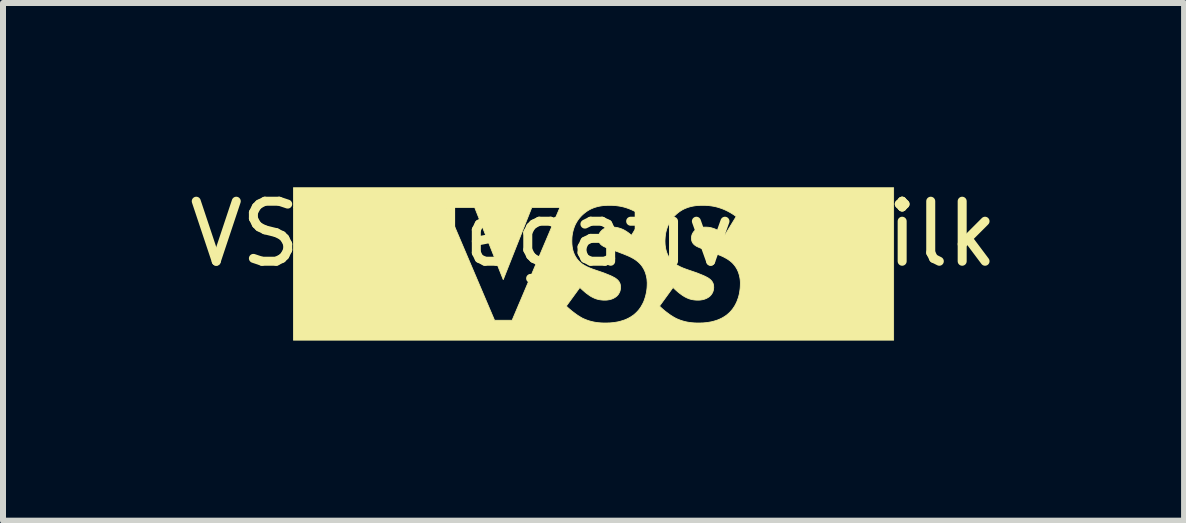
<source format=kicad_pcb>
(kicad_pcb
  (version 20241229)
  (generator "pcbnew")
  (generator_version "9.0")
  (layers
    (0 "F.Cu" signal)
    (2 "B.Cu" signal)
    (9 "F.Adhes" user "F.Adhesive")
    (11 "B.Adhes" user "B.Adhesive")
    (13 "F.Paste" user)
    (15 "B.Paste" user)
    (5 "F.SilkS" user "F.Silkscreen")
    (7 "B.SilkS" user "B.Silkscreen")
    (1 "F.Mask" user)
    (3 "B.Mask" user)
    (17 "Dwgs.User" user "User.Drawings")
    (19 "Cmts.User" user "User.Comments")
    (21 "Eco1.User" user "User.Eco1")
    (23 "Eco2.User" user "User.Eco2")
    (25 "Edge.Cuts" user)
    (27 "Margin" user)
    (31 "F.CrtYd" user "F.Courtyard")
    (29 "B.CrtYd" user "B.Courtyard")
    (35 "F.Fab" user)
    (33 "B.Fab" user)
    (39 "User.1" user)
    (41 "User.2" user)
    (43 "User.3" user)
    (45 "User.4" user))
  (footprint "VSS_Negative_Silk"
    (layer "F.Cu")
    (at 6.839 1.348)
    (property "Reference" "VSS_Negative_Silk" (at 0 -0.5 0) (unlocked yes) (layer "F.SilkS") (effects (font (size 1 1) (thickness 0.15))))
    (fp_poly (pts (xy 5.001 1.27) (xy -5 1.27) (xy -5 -0.942) (xy -2.449 -0.942) (xy -1.649 0.938) (xy -1.356 0.938) (xy -1.256 0.702) (xy -0.453 0.702) (xy -0.425 0.729) (xy -0.393 0.757) (xy -0.36 0.785) (xy -0.324 0.812) (xy -0.288 0.839) (xy -0.269 0.852) (xy -0.251 0.864) (xy -0.232 0.875) (xy -0.214 0.887) (xy -0.196 0.897) (xy -0.178 0.907) (xy -0.155 0.917) (xy -0.133 0.926) (xy -0.11 0.935) (xy -0.087 0.943) (xy -0.065 0.95) (xy -0.042 0.956) (xy -0.019 0.962) (xy 0.004 0.967) (xy 0.027 0.971) (xy 0.051 0.975) (xy 0.074 0.978) (xy 0.098 0.98) (xy 0.122 0.982) (xy 0.147 0.983) (xy 0.171 0.984) (xy 0.196 0.984) (xy 0.248 0.983) (xy 0.277 0.982) (xy 0.308 0.979) (xy 0.341 0.976) (xy 0.376 0.97) (xy 0.411 0.964) (xy 0.447 0.955) (xy 0.483 0.944) (xy 0.52 0.932) (xy 0.557 0.916) (xy 0.593 0.898) (xy 0.629 0.877) (xy 0.646 0.865) (xy 0.664 0.853) (xy 0.681 0.839) (xy 0.697 0.825) (xy 0.713 0.81) (xy 0.729 0.794) (xy 0.747 0.774) (xy 0.765 0.752) (xy 0.781 0.729) (xy 0.797 0.705) (xy 0.798 0.702) (xy 1.1 0.702) (xy 1.128 0.729) (xy 1.159 0.757) (xy 1.192 0.785) (xy 1.228 0.812) (xy 1.264 0.839) (xy 1.283 0.852) (xy 1.301 0.864) (xy 1.32 0.875) (xy 1.338 0.887) (xy 1.357 0.897) (xy 1.375 0.907) (xy 1.397 0.917) (xy 1.42 0.926) (xy 1.442 0.935) (xy 1.465 0.943) (xy 1.488 0.95) (xy 1.51 0.956) (xy 1.533 0.962) (xy 1.556 0.967) (xy 1.58 0.971) (xy 1.603 0.975) (xy 1.627 0.978) (xy 1.651 0.98) (xy 1.675 0.982) (xy 1.699 0.983) (xy 1.724 0.984) (xy 1.749 0.984) (xy 1.8 0.983) (xy 1.829 0.982) (xy 1.861 0.979) (xy 1.894 0.976) (xy 1.928 0.97) (xy 1.963 0.964) (xy 1.999 0.955) (xy 2.036 0.944) (xy 2.072 0.932) (xy 2.109 0.916) (xy 2.146 0.898) (xy 2.181 0.877) (xy 2.199 0.865) (xy 2.216 0.853) (xy 2.233 0.839) (xy 2.249 0.825) (xy 2.266 0.81) (xy 2.281 0.794) (xy 2.299 0.774) (xy 2.317 0.752) (xy 2.333 0.729) (xy 2.349 0.705) (xy 2.364 0.679) (xy 2.377 0.653) (xy 2.39 0.625) (xy 2.401 0.595) (xy 2.412 0.565) (xy 2.421 0.534) (xy 2.429 0.501) (xy 2.435 0.468) (xy 2.44 0.434) (xy 2.444 0.4) (xy 2.446 0.364) (xy 2.447 0.328) (xy 2.447 0.307) (xy 2.446 0.286) (xy 2.444 0.264) (xy 2.441 0.242) (xy 2.437 0.22) (xy 2.432 0.197) (xy 2.426 0.175) (xy 2.419 0.152) (xy 2.411 0.13) (xy 2.401 0.107) (xy 2.39 0.085) (xy 2.377 0.063) (xy 2.363 0.041) (xy 2.347 0.02) (xy 2.329 -0.001) (xy 2.31 -0.021) (xy 2.295 -0.034) (xy 2.281 -0.046) (xy 2.265 -0.058) (xy 2.249 -0.069) (xy 2.233 -0.08) (xy 2.217 -0.09) (xy 2.2 -0.099) (xy 2.183 -0.108) (xy 2.167 -0.117) (xy 2.15 -0.125) (xy 2.116 -0.14) (xy 2.083 -0.153) (xy 2.052 -0.166) (xy 1.911 -0.219) (xy 1.827 -0.249) (xy 1.792 -0.261) (xy 1.777 -0.267) (xy 1.762 -0.273) (xy 1.749 -0.279) (xy 1.736 -0.285) (xy 1.724 -0.29) (xy 1.713 -0.297) (xy 1.703 -0.303) (xy 1.693 -0.31) (xy 1.683 -0.317) (xy 1.675 -0.325) (xy 1.669 -0.33) (xy 1.665 -0.335) (xy 1.66 -0.341) (xy 1.656 -0.347) (xy 1.652 -0.352) (xy 1.649 -0.358) (xy 1.646 -0.365) (xy 1.643 -0.371) (xy 1.64 -0.377) (xy 1.638 -0.384) (xy 1.636 -0.391) (xy 1.635 -0.398) (xy 1.634 -0.406) (xy 1.633 -0.414) (xy 1.632 -0.422) (xy 1.632 -0.43) (xy 1.632 -0.44) (xy 1.633 -0.449) (xy 1.634 -0.457) (xy 1.636 -0.466) (xy 1.638 -0.474) (xy 1.64 -0.483) (xy 1.643 -0.491) (xy 1.646 -0.498) (xy 1.65 -0.506) (xy 1.654 -0.513) (xy 1.658 -0.52) (xy 1.662 -0.527) (xy 1.667 -0.533) (xy 1.671 -0.539) (xy 1.676 -0.545) (xy 1.682 -0.55) (xy 1.686 -0.555) (xy 1.691 -0.56) (xy 1.696 -0.565) (xy 1.701 -0.569) (xy 1.712 -0.577) (xy 1.723 -0.584) (xy 1.734 -0.59) (xy 1.746 -0.595) (xy 1.757 -0.6) (xy 1.769 -0.603) (xy 1.781 -0.606) (xy 1.794 -0.609) (xy 1.806 -0.61) (xy 1.818 -0.612) (xy 1.83 -0.613) (xy 1.842 -0.613) (xy 1.865 -0.614) (xy 1.889 -0.613) (xy 1.903 -0.612) (xy 1.919 -0.611) (xy 1.935 -0.608) (xy 1.953 -0.605) (xy 1.972 -0.6) (xy 1.992 -0.594) (xy 2.013 -0.587) (xy 2.035 -0.578) (xy 2.058 -0.567) (xy 2.081 -0.554) (xy 2.106 -0.539) (xy 2.131 -0.522) (xy 2.156 -0.502) (xy 2.183 -0.48) (xy 2.183 -0.473) (xy 2.377 -0.79) (xy 2.336 -0.82) (xy 2.295 -0.846) (xy 2.255 -0.869) (xy 2.216 -0.889) (xy 2.177 -0.907) (xy 2.139 -0.922) (xy 2.101 -0.935) (xy 2.065 -0.946) (xy 2.029 -0.955) (xy 1.995 -0.962) (xy 1.962 -0.967) (xy 1.931 -0.971) (xy 1.9 -0.974) (xy 1.872 -0.976) (xy 1.819 -0.977) (xy 1.786 -0.977) (xy 1.754 -0.975) (xy 1.722 -0.973) (xy 1.691 -0.969) (xy 1.66 -0.964) (xy 1.63 -0.958) (xy 1.6 -0.95) (xy 1.57 -0.941) (xy 1.542 -0.93) (xy 1.513 -0.918) (xy 1.485 -0.904) (xy 1.458 -0.888) (xy 1.431 -0.87) (xy 1.405 -0.85) (xy 1.379 -0.828) (xy 1.354 -0.804) (xy 1.333 -0.782) (xy 1.314 -0.76) (xy 1.297 -0.736) (xy 1.281 -0.712) (xy 1.266 -0.688) (xy 1.253 -0.663) (xy 1.241 -0.637) (xy 1.23 -0.611) (xy 1.221 -0.584) (xy 1.213 -0.557) (xy 1.206 -0.529) (xy 1.201 -0.501) (xy 1.197 -0.472) (xy 1.194 -0.442) (xy 1.192 -0.412) (xy 1.191 -0.381) (xy 1.192 -0.345) (xy 1.193 -0.326) (xy 1.195 -0.306) (xy 1.198 -0.286) (xy 1.201 -0.265) (xy 1.205 -0.244) (xy 1.211 -0.222) (xy 1.217 -0.201) (xy 1.225 -0.179) (xy 1.234 -0.157) (xy 1.245 -0.136) (xy 1.257 -0.115) (xy 1.271 -0.094) (xy 1.287 -0.073) (xy 1.304 -0.053) (xy 1.318 -0.039) (xy 1.332 -0.026) (xy 1.347 -0.013) (xy 1.362 -0.001) (xy 1.378 0.009) (xy 1.394 0.02) (xy 1.411 0.029) (xy 1.428 0.038) (xy 1.445 0.047) (xy 1.462 0.055) (xy 1.497 0.07) (xy 1.532 0.083) (xy 1.565 0.095) (xy 1.72 0.148) (xy 1.77 0.168) (xy 1.8 0.18) (xy 1.831 0.193) (xy 1.862 0.207) (xy 1.877 0.215) (xy 1.892 0.223) (xy 1.905 0.23) (xy 1.918 0.238) (xy 1.929 0.246) (xy 1.939 0.254) (xy 1.946 0.26) (xy 1.953 0.266) (xy 1.959 0.273) (xy 1.965 0.279) (xy 1.971 0.286) (xy 1.976 0.294) (xy 1.981 0.301) (xy 1.985 0.309) (xy 1.989 0.317) (xy 1.993 0.326) (xy 1.996 0.335) (xy 1.998 0.345) (xy 2 0.355) (xy 2.002 0.365) (xy 2.002 0.376) (xy 2.003 0.388) (xy 2.003 0.395) (xy 2.002 0.401) (xy 2.002 0.407) (xy 2.001 0.414) (xy 2 0.42) (xy 1.999 0.426) (xy 1.998 0.431) (xy 1.997 0.437) (xy 1.996 0.443) (xy 1.994 0.448) (xy 1.991 0.459) (xy 1.987 0.469) (xy 1.982 0.478) (xy 1.978 0.488) (xy 1.972 0.496) (xy 1.967 0.505) (xy 1.961 0.513) (xy 1.955 0.52) (xy 1.949 0.527) (xy 1.942 0.534) (xy 1.936 0.54) (xy 1.924 0.549) (xy 1.911 0.558) (xy 1.899 0.565) (xy 1.886 0.572) (xy 1.873 0.578) (xy 1.86 0.583) (xy 1.847 0.588) (xy 1.834 0.591) (xy 1.821 0.595) (xy 1.809 0.597) (xy 1.796 0.599) (xy 1.784 0.601) (xy 1.772 0.602) (xy 1.76 0.603) (xy 1.749 0.603) (xy 1.738 0.603) (xy 1.722 0.603) (xy 1.706 0.602) (xy 1.69 0.601) (xy 1.674 0.599) (xy 1.659 0.597) (xy 1.644 0.594) (xy 1.629 0.591) (xy 1.615 0.587) (xy 1.6 0.583) (xy 1.586 0.578) (xy 1.572 0.572) (xy 1.557 0.566) (xy 1.543 0.559) (xy 1.53 0.552) (xy 1.516 0.545) (xy 1.502 0.536) (xy 1.492 0.53) (xy 1.481 0.523) (xy 1.47 0.515) (xy 1.459 0.507) (xy 1.436 0.49) (xy 1.412 0.471) (xy 1.389 0.451) (xy 1.366 0.431) (xy 1.345 0.411) (xy 1.325 0.392) (xy 1.1 0.702) (xy 0.798 0.702) (xy 0.811 0.679) (xy 0.825 0.653) (xy 0.838 0.625) (xy 0.849 0.595) (xy 0.859 0.565) (xy 0.868 0.534) (xy 0.876 0.501) (xy 0.883 0.468) (xy 0.888 0.434) (xy 0.892 0.4) (xy 0.894 0.364) (xy 0.895 0.328) (xy 0.895 0.307) (xy 0.893 0.286) (xy 0.892 0.264) (xy 0.889 0.242) (xy 0.885 0.22) (xy 0.88 0.197) (xy 0.874 0.175) (xy 0.867 0.152) (xy 0.859 0.13) (xy 0.849 0.107) (xy 0.838 0.085) (xy 0.825 0.063) (xy 0.811 0.041) (xy 0.795 0.02) (xy 0.777 -0.001) (xy 0.757 -0.021) (xy 0.743 -0.034) (xy 0.728 -0.046) (xy 0.713 -0.058) (xy 0.697 -0.069) (xy 0.681 -0.08) (xy 0.665 -0.09) (xy 0.648 -0.099) (xy 0.631 -0.108) (xy 0.614 -0.117) (xy 0.597 -0.125) (xy 0.564 -0.14) (xy 0.531 -0.153) (xy 0.5 -0.166) (xy 0.359 -0.219) (xy 0.275 -0.249) (xy 0.24 -0.261) (xy 0.225 -0.267) (xy 0.21 -0.273) (xy 0.196 -0.279) (xy 0.184 -0.285) (xy 0.172 -0.29) (xy 0.161 -0.297) (xy 0.15 -0.303) (xy 0.14 -0.31) (xy 0.131 -0.317) (xy 0.122 -0.325) (xy 0.117 -0.33) (xy 0.112 -0.335) (xy 0.108 -0.341) (xy 0.104 -0.347) (xy 0.1 -0.352) (xy 0.097 -0.358) (xy 0.093 -0.365) (xy 0.091 -0.371) (xy 0.088 -0.377) (xy 0.086 -0.384) (xy 0.084 -0.391) (xy 0.083 -0.398) (xy 0.081 -0.406) (xy 0.081 -0.414) (xy 0.08 -0.422) (xy 0.08 -0.43) (xy 0.08 -0.44) (xy 0.081 -0.449) (xy 0.082 -0.457) (xy 0.084 -0.466) (xy 0.086 -0.474) (xy 0.088 -0.483) (xy 0.091 -0.491) (xy 0.094 -0.498) (xy 0.098 -0.506) (xy 0.101 -0.513) (xy 0.105 -0.52) (xy 0.11 -0.527) (xy 0.114 -0.533) (xy 0.119 -0.539) (xy 0.124 -0.545) (xy 0.129 -0.55) (xy 0.134 -0.555) (xy 0.139 -0.56) (xy 0.144 -0.565) (xy 0.149 -0.569) (xy 0.16 -0.577) (xy 0.17 -0.584) (xy 0.182 -0.59) (xy 0.193 -0.595) (xy 0.205 -0.6) (xy 0.217 -0.603) (xy 0.229 -0.606) (xy 0.241 -0.609) (xy 0.254 -0.61) (xy 0.266 -0.612) (xy 0.278 -0.613) (xy 0.29 -0.613) (xy 0.313 -0.614) (xy 0.337 -0.613) (xy 0.351 -0.612) (xy 0.366 -0.611) (xy 0.383 -0.608) (xy 0.401 -0.605) (xy 0.42 -0.6) (xy 0.44 -0.594) (xy 0.461 -0.587) (xy 0.483 -0.578) (xy 0.506 -0.567) (xy 0.529 -0.554) (xy 0.553 -0.539) (xy 0.578 -0.522) (xy 0.604 -0.502) (xy 0.63 -0.48) (xy 0.63 -0.473) (xy 0.824 -0.79) (xy 0.783 -0.82) (xy 0.743 -0.846) (xy 0.703 -0.869) (xy 0.663 -0.889) (xy 0.624 -0.907) (xy 0.586 -0.922) (xy 0.549 -0.935) (xy 0.513 -0.946) (xy 0.477 -0.955) (xy 0.443 -0.962) (xy 0.41 -0.967) (xy 0.378 -0.971) (xy 0.348 -0.974) (xy 0.319 -0.976) (xy 0.267 -0.977) (xy 0.234 -0.977) (xy 0.202 -0.975) (xy 0.17 -0.973) (xy 0.139 -0.969) (xy 0.108 -0.964) (xy 0.077 -0.958) (xy 0.048 -0.95) (xy 0.018 -0.941) (xy -0.011 -0.93) (xy -0.039 -0.918) (xy -0.067 -0.904) (xy -0.094 -0.888) (xy -0.121 -0.87) (xy -0.147 -0.85) (xy -0.173 -0.828) (xy -0.199 -0.804) (xy -0.219 -0.782) (xy -0.238 -0.76) (xy -0.256 -0.736) (xy -0.272 -0.712) (xy -0.286 -0.688) (xy -0.3 -0.663) (xy -0.312 -0.637) (xy -0.322 -0.611) (xy -0.331 -0.584) (xy -0.339 -0.557) (xy -0.346 -0.529) (xy -0.351 -0.501) (xy -0.356 -0.472) (xy -0.359 -0.442) (xy -0.36 -0.412) (xy -0.361 -0.381) (xy -0.36 -0.345) (xy -0.359 -0.326) (xy -0.357 -0.306) (xy -0.355 -0.286) (xy -0.351 -0.265) (xy -0.347 -0.244) (xy -0.342 -0.222) (xy -0.335 -0.201) (xy -0.327 -0.179) (xy -0.318 -0.157) (xy -0.307 -0.136) (xy -0.295 -0.115) (xy -0.281 -0.094) (xy -0.266 -0.073) (xy -0.248 -0.053) (xy -0.234 -0.039) (xy -0.22 -0.026) (xy -0.205 -0.013) (xy -0.19 -0.001) (xy -0.174 0.009) (xy -0.158 0.02) (xy -0.141 0.029) (xy -0.124 0.038) (xy -0.107 0.047) (xy -0.09 0.055) (xy -0.055 0.07) (xy -0.021 0.083) (xy 0.013 0.095) (xy 0.168 0.148) (xy 0.218 0.168) (xy 0.248 0.18) (xy 0.279 0.193) (xy 0.31 0.207) (xy 0.325 0.215) (xy 0.339 0.223) (xy 0.353 0.23) (xy 0.366 0.238) (xy 0.377 0.246) (xy 0.387 0.254) (xy 0.394 0.26) (xy 0.401 0.266) (xy 0.407 0.273) (xy 0.413 0.279) (xy 0.419 0.286) (xy 0.424 0.294) (xy 0.429 0.301) (xy 0.433 0.309) (xy 0.437 0.317) (xy 0.441 0.326) (xy 0.444 0.335) (xy 0.446 0.345) (xy 0.448 0.355) (xy 0.449 0.365) (xy 0.45 0.376) (xy 0.45 0.388) (xy 0.45 0.395) (xy 0.45 0.401) (xy 0.45 0.407) (xy 0.449 0.414) (xy 0.448 0.42) (xy 0.447 0.426) (xy 0.446 0.431) (xy 0.445 0.437) (xy 0.444 0.443) (xy 0.442 0.448) (xy 0.439 0.459) (xy 0.435 0.469) (xy 0.43 0.478) (xy 0.425 0.488) (xy 0.42 0.496) (xy 0.415 0.505) (xy 0.409 0.513) (xy 0.403 0.52) (xy 0.396 0.527) (xy 0.39 0.534) (xy 0.383 0.54) (xy 0.371 0.549) (xy 0.359 0.558) (xy 0.346 0.565) (xy 0.334 0.572) (xy 0.321 0.578) (xy 0.308 0.583) (xy 0.295 0.588) (xy 0.282 0.591) (xy 0.269 0.595) (xy 0.256 0.597) (xy 0.244 0.599) (xy 0.232 0.601) (xy 0.22 0.602) (xy 0.208 0.603) (xy 0.197 0.603) (xy 0.186 0.603) (xy 0.169 0.603) (xy 0.153 0.602) (xy 0.138 0.601) (xy 0.122 0.599) (xy 0.107 0.597) (xy 0.092 0.594) (xy 0.077 0.591) (xy 0.062 0.587) (xy 0.048 0.583) (xy 0.034 0.578) (xy 0.019 0.572) (xy 0.005 0.566) (xy -0.009 0.559) (xy -0.023 0.552) (xy -0.037 0.545) (xy -0.051 0.536) (xy -0.061 0.53) (xy -0.071 0.523) (xy -0.082 0.515) (xy -0.093 0.507) (xy -0.117 0.49) (xy -0.14 0.471) (xy -0.163 0.451) (xy -0.186 0.431) (xy -0.207 0.411) (xy -0.227 0.392) (xy -0.453 0.702) (xy -1.256 0.702) (xy -0.559 -0.942) (xy -1.028 -0.942) (xy -1.504 0.261) (xy -1.98 -0.942) (xy -2.449 -0.942) (xy -5 -0.942) (xy -5 -1.27) (xy 5.001 -1.27)) (stroke (width 0.013) (type solid)) (fill yes) (layer "F.SilkS")))
  (gr_rect
    (start -3 -3)
    (end 16.679 5.625)
    (stroke (width 0.1) (type default))
    (fill no)
    (layer "Edge.Cuts")))
</source>
